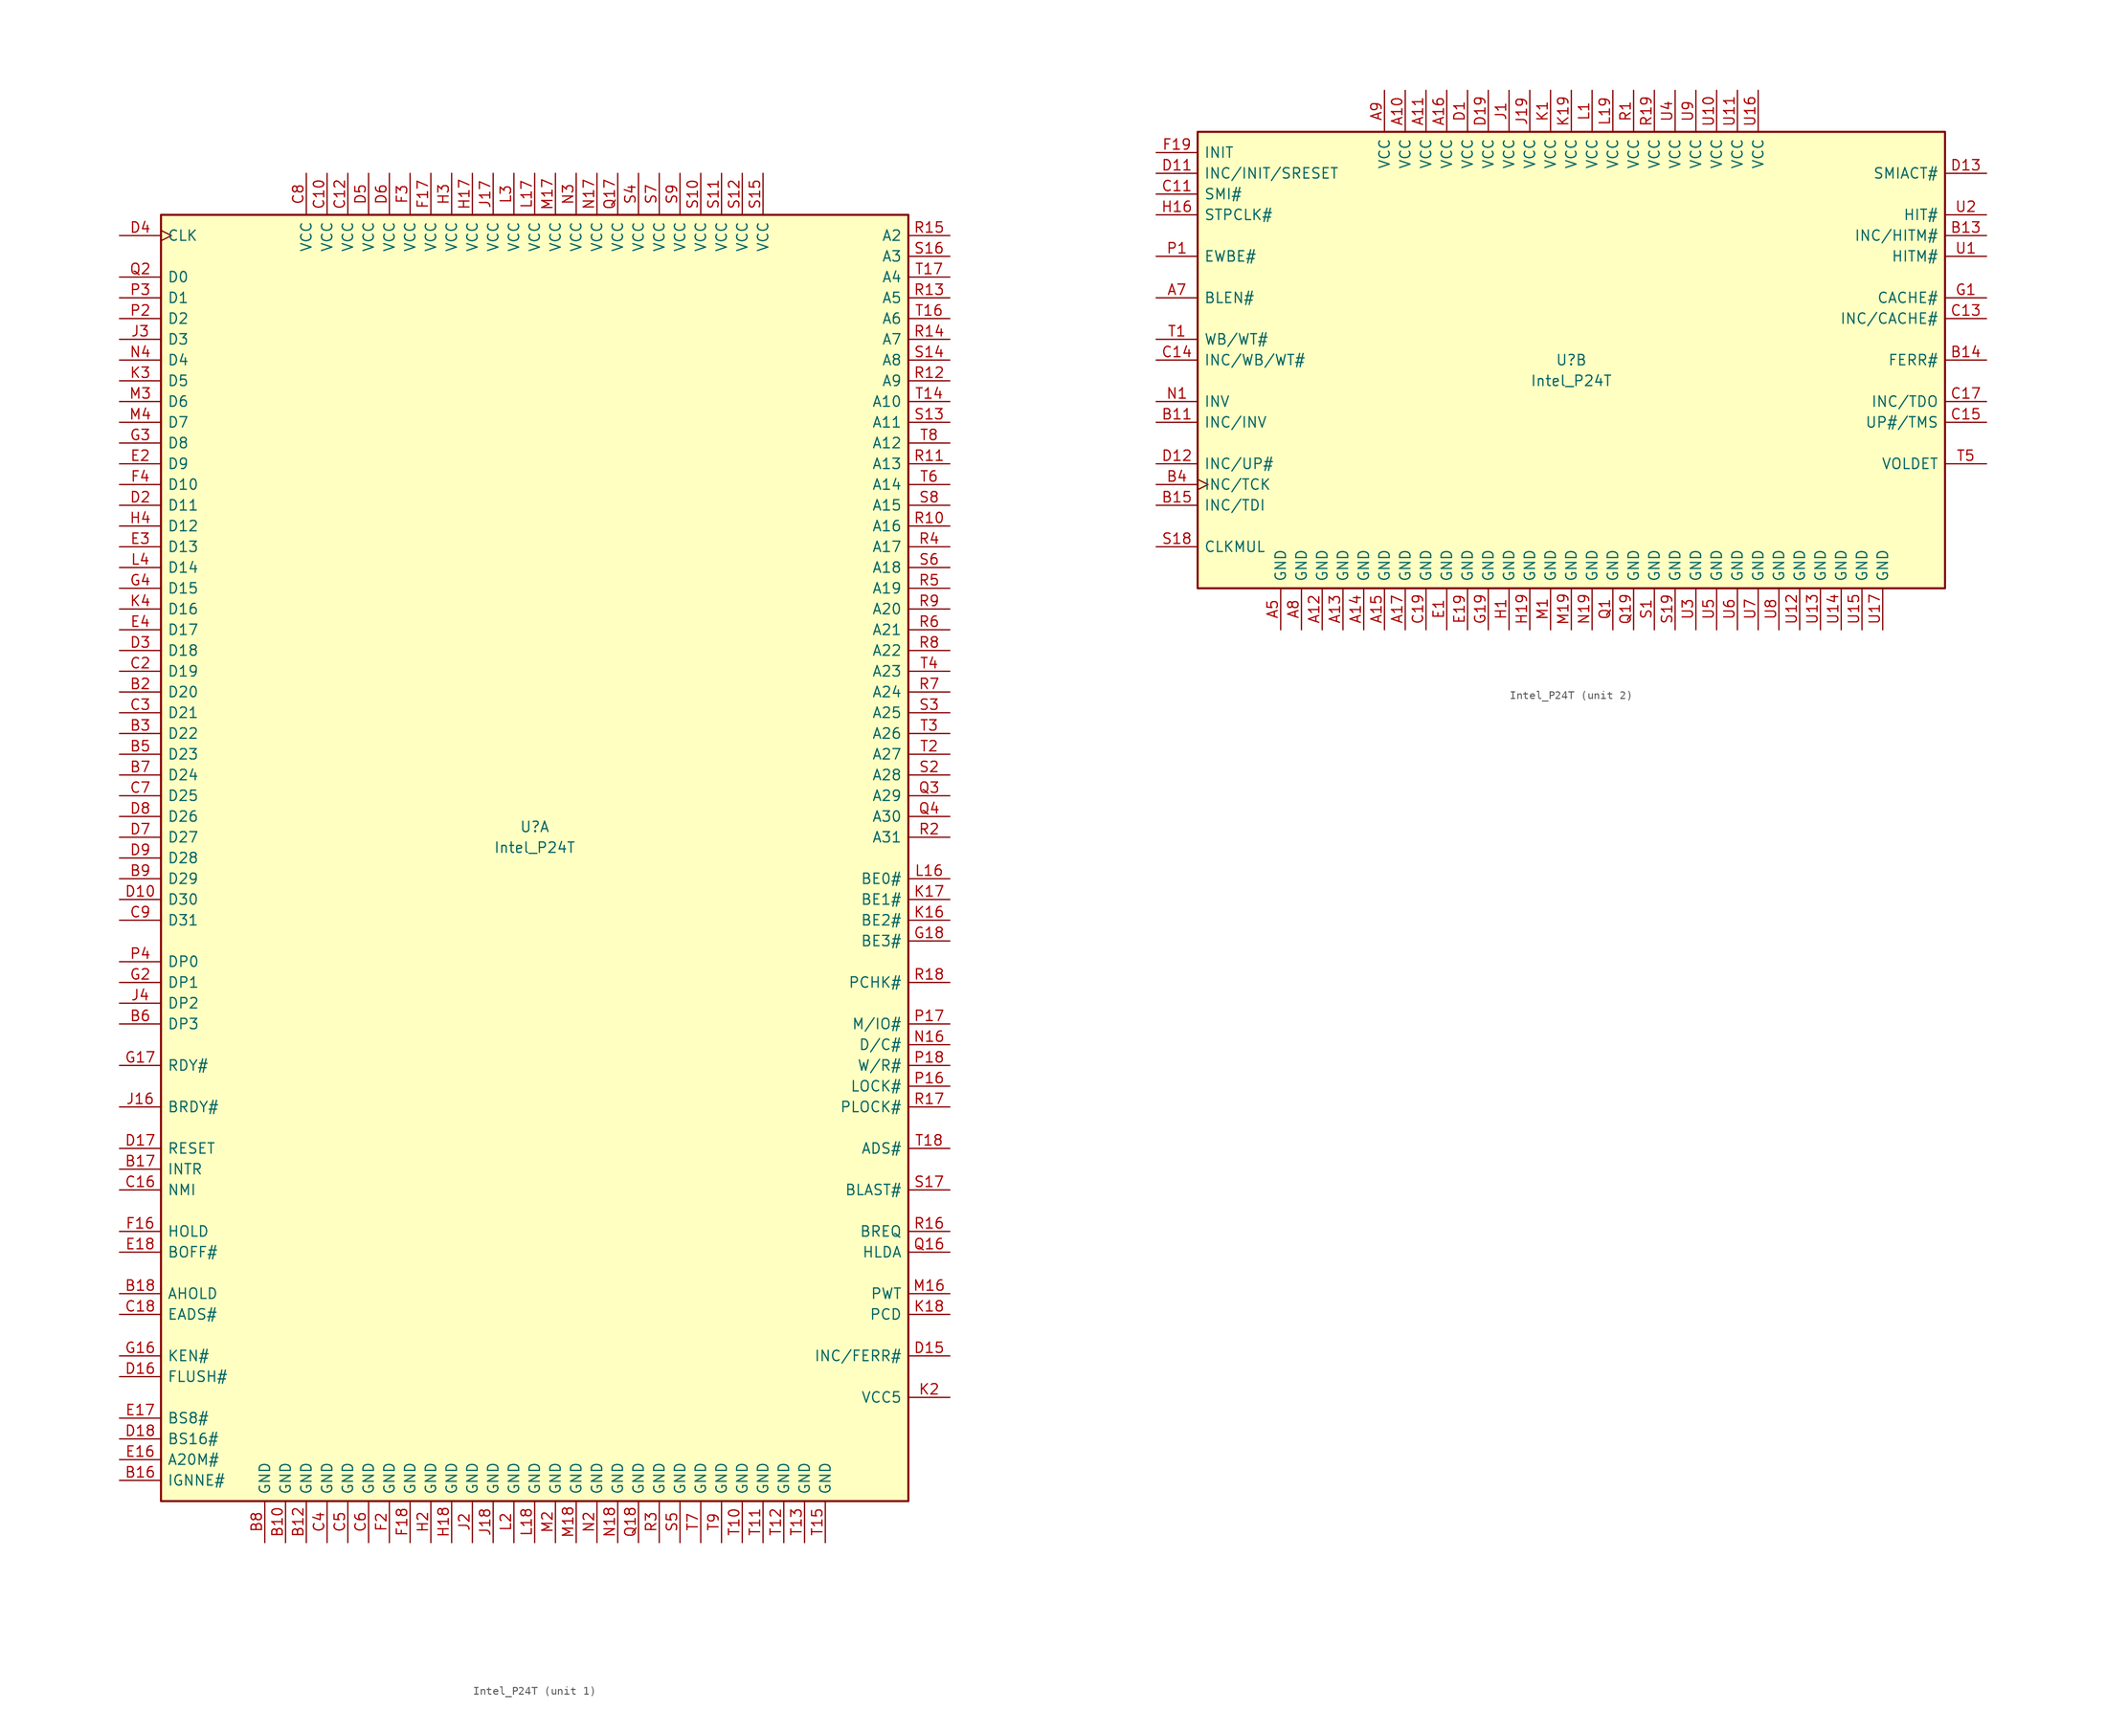
<source format=kicad_sym>
(kicad_symbol_lib
  (version 20211014)
  (generator kicad_symbol_editor)
  (symbol "Intel_P24T"
    (pin_names
      (offset 0.762))
    (property "Reference" "U"
      (at 0 0 0)
      (effects (font (size 1.27 1.27))))
    (property "Value" "Intel_P24T"
      (at 0 -2.54 0)
      (effects (font (size 1.27 1.27))))
    (property "ki_locked" ""
      (at 0 0 0)
      (effects (font (size 1.27 1.27))))
    (symbol "Intel_P24T_1_1"
      (rectangle (start -45.72 -82.55) (end 45.72 74.93) (stroke (width 0.254) (type default) (color 0 0 0 0)) (fill (type background)))
      (pin power_in line (at -30.48 -87.63 90) (length 5.08) (name "GND" (effects (font (size 1.27 1.27)))) (number "B10" (effects (font (size 1.27 1.27)))))
      (pin power_in line (at -27.94 -87.63 90) (length 5.08) (name "GND" (effects (font (size 1.27 1.27)))) (number "B12" (effects (font (size 1.27 1.27)))))
      (pin input line (at -50.8 -80.01 0) (length 5.08) (name "IGNNE#" (effects (font (size 1.27 1.27)))) (number "B16" (effects (font (size 1.27 1.27)))))
      (pin input line (at -50.8 -41.91 0) (length 5.08) (name "INTR" (effects (font (size 1.27 1.27)))) (number "B17" (effects (font (size 1.27 1.27)))))
      (pin input line (at -50.8 -57.15 0) (length 5.08) (name "AHOLD" (effects (font (size 1.27 1.27)))) (number "B18" (effects (font (size 1.27 1.27)))))
      (pin bidirectional line (at -50.8 16.51 0) (length 5.08) (name "D20" (effects (font (size 1.27 1.27)))) (number "B2" (effects (font (size 1.27 1.27)))))
      (pin bidirectional line (at -50.8 11.43 0) (length 5.08) (name "D22" (effects (font (size 1.27 1.27)))) (number "B3" (effects (font (size 1.27 1.27)))))
      (pin bidirectional line (at -50.8 8.89 0) (length 5.08) (name "D23" (effects (font (size 1.27 1.27)))) (number "B5" (effects (font (size 1.27 1.27)))))
      (pin bidirectional line (at -50.8 -24.13 0) (length 5.08) (name "DP3" (effects (font (size 1.27 1.27)))) (number "B6" (effects (font (size 1.27 1.27)))))
      (pin bidirectional line (at -50.8 6.35 0) (length 5.08) (name "D24" (effects (font (size 1.27 1.27)))) (number "B7" (effects (font (size 1.27 1.27)))))
      (pin power_in line (at -33.02 -87.63 90) (length 5.08) (name "GND" (effects (font (size 1.27 1.27)))) (number "B8" (effects (font (size 1.27 1.27)))))
      (pin bidirectional line (at -50.8 -6.35 0) (length 5.08) (name "D29" (effects (font (size 1.27 1.27)))) (number "B9" (effects (font (size 1.27 1.27)))))
      (pin power_in line (at -25.4 80.01 270) (length 5.08) (name "VCC" (effects (font (size 1.27 1.27)))) (number "C10" (effects (font (size 1.27 1.27)))))
      (pin power_in line (at -22.86 80.01 270) (length 5.08) (name "VCC" (effects (font (size 1.27 1.27)))) (number "C12" (effects (font (size 1.27 1.27)))))
      (pin input line (at -50.8 -44.45 0) (length 5.08) (name "NMI" (effects (font (size 1.27 1.27)))) (number "C16" (effects (font (size 1.27 1.27)))))
      (pin input line (at -50.8 -59.69 0) (length 5.08) (name "EADS#" (effects (font (size 1.27 1.27)))) (number "C18" (effects (font (size 1.27 1.27)))))
      (pin bidirectional line (at -50.8 19.05 0) (length 5.08) (name "D19" (effects (font (size 1.27 1.27)))) (number "C2" (effects (font (size 1.27 1.27)))))
      (pin bidirectional line (at -50.8 13.97 0) (length 5.08) (name "D21" (effects (font (size 1.27 1.27)))) (number "C3" (effects (font (size 1.27 1.27)))))
      (pin power_in line (at -25.4 -87.63 90) (length 5.08) (name "GND" (effects (font (size 1.27 1.27)))) (number "C4" (effects (font (size 1.27 1.27)))))
      (pin power_in line (at -22.86 -87.63 90) (length 5.08) (name "GND" (effects (font (size 1.27 1.27)))) (number "C5" (effects (font (size 1.27 1.27)))))
      (pin power_in line (at -20.32 -87.63 90) (length 5.08) (name "GND" (effects (font (size 1.27 1.27)))) (number "C6" (effects (font (size 1.27 1.27)))))
      (pin bidirectional line (at -50.8 3.81 0) (length 5.08) (name "D25" (effects (font (size 1.27 1.27)))) (number "C7" (effects (font (size 1.27 1.27)))))
      (pin power_in line (at -27.94 80.01 270) (length 5.08) (name "VCC" (effects (font (size 1.27 1.27)))) (number "C8" (effects (font (size 1.27 1.27)))))
      (pin bidirectional line (at -50.8 -11.43 0) (length 5.08) (name "D31" (effects (font (size 1.27 1.27)))) (number "C9" (effects (font (size 1.27 1.27)))))
      (pin bidirectional line (at -50.8 -8.89 0) (length 5.08) (name "D30" (effects (font (size 1.27 1.27)))) (number "D10" (effects (font (size 1.27 1.27)))))
      (pin passive line (at 50.8 -64.77 180) (length 5.08) (name "INC/FERR#" (effects (font (size 1.27 1.27)))) (number "D15" (effects (font (size 1.27 1.27)))))
      (pin input line (at -50.8 -67.31 0) (length 5.08) (name "FLUSH#" (effects (font (size 1.27 1.27)))) (number "D16" (effects (font (size 1.27 1.27)))))
      (pin input line (at -50.8 -39.37 0) (length 5.08) (name "RESET" (effects (font (size 1.27 1.27)))) (number "D17" (effects (font (size 1.27 1.27)))))
      (pin input line (at -50.8 -74.93 0) (length 5.08) (name "BS16#" (effects (font (size 1.27 1.27)))) (number "D18" (effects (font (size 1.27 1.27)))))
      (pin bidirectional line (at -50.8 39.37 0) (length 5.08) (name "D11" (effects (font (size 1.27 1.27)))) (number "D2" (effects (font (size 1.27 1.27)))))
      (pin bidirectional line (at -50.8 21.59 0) (length 5.08) (name "D18" (effects (font (size 1.27 1.27)))) (number "D3" (effects (font (size 1.27 1.27)))))
      (pin input clock (at -50.8 72.39 0) (length 5.08) (name "CLK" (effects (font (size 1.27 1.27)))) (number "D4" (effects (font (size 1.27 1.27)))))
      (pin power_in line (at -20.32 80.01 270) (length 5.08) (name "VCC" (effects (font (size 1.27 1.27)))) (number "D5" (effects (font (size 1.27 1.27)))))
      (pin power_in line (at -17.78 80.01 270) (length 5.08) (name "VCC" (effects (font (size 1.27 1.27)))) (number "D6" (effects (font (size 1.27 1.27)))))
      (pin bidirectional line (at -50.8 -1.27 0) (length 5.08) (name "D27" (effects (font (size 1.27 1.27)))) (number "D7" (effects (font (size 1.27 1.27)))))
      (pin bidirectional line (at -50.8 1.27 0) (length 5.08) (name "D26" (effects (font (size 1.27 1.27)))) (number "D8" (effects (font (size 1.27 1.27)))))
      (pin bidirectional line (at -50.8 -3.81 0) (length 5.08) (name "D28" (effects (font (size 1.27 1.27)))) (number "D9" (effects (font (size 1.27 1.27)))))
      (pin input line (at -50.8 -77.47 0) (length 5.08) (name "A20M#" (effects (font (size 1.27 1.27)))) (number "E16" (effects (font (size 1.27 1.27)))))
      (pin input line (at -50.8 -72.39 0) (length 5.08) (name "BS8#" (effects (font (size 1.27 1.27)))) (number "E17" (effects (font (size 1.27 1.27)))))
      (pin input line (at -50.8 -52.07 0) (length 5.08) (name "BOFF#" (effects (font (size 1.27 1.27)))) (number "E18" (effects (font (size 1.27 1.27)))))
      (pin bidirectional line (at -50.8 44.45 0) (length 5.08) (name "D9" (effects (font (size 1.27 1.27)))) (number "E2" (effects (font (size 1.27 1.27)))))
      (pin bidirectional line (at -50.8 34.29 0) (length 5.08) (name "D13" (effects (font (size 1.27 1.27)))) (number "E3" (effects (font (size 1.27 1.27)))))
      (pin bidirectional line (at -50.8 24.13 0) (length 5.08) (name "D17" (effects (font (size 1.27 1.27)))) (number "E4" (effects (font (size 1.27 1.27)))))
      (pin input line (at -50.8 -49.53 0) (length 5.08) (name "HOLD" (effects (font (size 1.27 1.27)))) (number "F16" (effects (font (size 1.27 1.27)))))
      (pin power_in line (at -12.7 80.01 270) (length 5.08) (name "VCC" (effects (font (size 1.27 1.27)))) (number "F17" (effects (font (size 1.27 1.27)))))
      (pin power_in line (at -15.24 -87.63 90) (length 5.08) (name "GND" (effects (font (size 1.27 1.27)))) (number "F18" (effects (font (size 1.27 1.27)))))
      (pin power_in line (at -17.78 -87.63 90) (length 5.08) (name "GND" (effects (font (size 1.27 1.27)))) (number "F2" (effects (font (size 1.27 1.27)))))
      (pin power_in line (at -15.24 80.01 270) (length 5.08) (name "VCC" (effects (font (size 1.27 1.27)))) (number "F3" (effects (font (size 1.27 1.27)))))
      (pin bidirectional line (at -50.8 41.91 0) (length 5.08) (name "D10" (effects (font (size 1.27 1.27)))) (number "F4" (effects (font (size 1.27 1.27)))))
      (pin input line (at -50.8 -64.77 0) (length 5.08) (name "KEN#" (effects (font (size 1.27 1.27)))) (number "G16" (effects (font (size 1.27 1.27)))))
      (pin input line (at -50.8 -29.21 0) (length 5.08) (name "RDY#" (effects (font (size 1.27 1.27)))) (number "G17" (effects (font (size 1.27 1.27)))))
      (pin output line (at 50.8 -13.97 180) (length 5.08) (name "BE3#" (effects (font (size 1.27 1.27)))) (number "G18" (effects (font (size 1.27 1.27)))))
      (pin bidirectional line (at -50.8 -19.05 0) (length 5.08) (name "DP1" (effects (font (size 1.27 1.27)))) (number "G2" (effects (font (size 1.27 1.27)))))
      (pin bidirectional line (at -50.8 46.99 0) (length 5.08) (name "D8" (effects (font (size 1.27 1.27)))) (number "G3" (effects (font (size 1.27 1.27)))))
      (pin bidirectional line (at -50.8 29.21 0) (length 5.08) (name "D15" (effects (font (size 1.27 1.27)))) (number "G4" (effects (font (size 1.27 1.27)))))
      (pin power_in line (at -7.62 80.01 270) (length 5.08) (name "VCC" (effects (font (size 1.27 1.27)))) (number "H17" (effects (font (size 1.27 1.27)))))
      (pin power_in line (at -10.16 -87.63 90) (length 5.08) (name "GND" (effects (font (size 1.27 1.27)))) (number "H18" (effects (font (size 1.27 1.27)))))
      (pin power_in line (at -12.7 -87.63 90) (length 5.08) (name "GND" (effects (font (size 1.27 1.27)))) (number "H2" (effects (font (size 1.27 1.27)))))
      (pin power_in line (at -10.16 80.01 270) (length 5.08) (name "VCC" (effects (font (size 1.27 1.27)))) (number "H3" (effects (font (size 1.27 1.27)))))
      (pin bidirectional line (at -50.8 36.83 0) (length 5.08) (name "D12" (effects (font (size 1.27 1.27)))) (number "H4" (effects (font (size 1.27 1.27)))))
      (pin input line (at -50.8 -34.29 0) (length 5.08) (name "BRDY#" (effects (font (size 1.27 1.27)))) (number "J16" (effects (font (size 1.27 1.27)))))
      (pin power_in line (at -5.08 80.01 270) (length 5.08) (name "VCC" (effects (font (size 1.27 1.27)))) (number "J17" (effects (font (size 1.27 1.27)))))
      (pin power_in line (at -5.08 -87.63 90) (length 5.08) (name "GND" (effects (font (size 1.27 1.27)))) (number "J18" (effects (font (size 1.27 1.27)))))
      (pin power_in line (at -7.62 -87.63 90) (length 5.08) (name "GND" (effects (font (size 1.27 1.27)))) (number "J2" (effects (font (size 1.27 1.27)))))
      (pin bidirectional line (at -50.8 59.69 0) (length 5.08) (name "D3" (effects (font (size 1.27 1.27)))) (number "J3" (effects (font (size 1.27 1.27)))))
      (pin bidirectional line (at -50.8 -21.59 0) (length 5.08) (name "DP2" (effects (font (size 1.27 1.27)))) (number "J4" (effects (font (size 1.27 1.27)))))
      (pin output line (at 50.8 -11.43 180) (length 5.08) (name "BE2#" (effects (font (size 1.27 1.27)))) (number "K16" (effects (font (size 1.27 1.27)))))
      (pin output line (at 50.8 -8.89 180) (length 5.08) (name "BE1#" (effects (font (size 1.27 1.27)))) (number "K17" (effects (font (size 1.27 1.27)))))
      (pin output line (at 50.8 -59.69 180) (length 5.08) (name "PCD" (effects (font (size 1.27 1.27)))) (number "K18" (effects (font (size 1.27 1.27)))))
      (pin passive line (at 50.8 -69.85 180) (length 5.08) (name "VCC5" (effects (font (size 1.27 1.27)))) (number "K2" (effects (font (size 1.27 1.27)))))
      (pin bidirectional line (at -50.8 54.61 0) (length 5.08) (name "D5" (effects (font (size 1.27 1.27)))) (number "K3" (effects (font (size 1.27 1.27)))))
      (pin bidirectional line (at -50.8 26.67 0) (length 5.08) (name "D16" (effects (font (size 1.27 1.27)))) (number "K4" (effects (font (size 1.27 1.27)))))
      (pin output line (at 50.8 -6.35 180) (length 5.08) (name "BE0#" (effects (font (size 1.27 1.27)))) (number "L16" (effects (font (size 1.27 1.27)))))
      (pin power_in line (at 0 80.01 270) (length 5.08) (name "VCC" (effects (font (size 1.27 1.27)))) (number "L17" (effects (font (size 1.27 1.27)))))
      (pin power_in line (at 0 -87.63 90) (length 5.08) (name "GND" (effects (font (size 1.27 1.27)))) (number "L18" (effects (font (size 1.27 1.27)))))
      (pin power_in line (at -2.54 -87.63 90) (length 5.08) (name "GND" (effects (font (size 1.27 1.27)))) (number "L2" (effects (font (size 1.27 1.27)))))
      (pin power_in line (at -2.54 80.01 270) (length 5.08) (name "VCC" (effects (font (size 1.27 1.27)))) (number "L3" (effects (font (size 1.27 1.27)))))
      (pin bidirectional line (at -50.8 31.75 0) (length 5.08) (name "D14" (effects (font (size 1.27 1.27)))) (number "L4" (effects (font (size 1.27 1.27)))))
      (pin output line (at 50.8 -57.15 180) (length 5.08) (name "PWT" (effects (font (size 1.27 1.27)))) (number "M16" (effects (font (size 1.27 1.27)))))
      (pin power_in line (at 2.54 80.01 270) (length 5.08) (name "VCC" (effects (font (size 1.27 1.27)))) (number "M17" (effects (font (size 1.27 1.27)))))
      (pin power_in line (at 5.08 -87.63 90) (length 5.08) (name "GND" (effects (font (size 1.27 1.27)))) (number "M18" (effects (font (size 1.27 1.27)))))
      (pin power_in line (at 2.54 -87.63 90) (length 5.08) (name "GND" (effects (font (size 1.27 1.27)))) (number "M2" (effects (font (size 1.27 1.27)))))
      (pin bidirectional line (at -50.8 52.07 0) (length 5.08) (name "D6" (effects (font (size 1.27 1.27)))) (number "M3" (effects (font (size 1.27 1.27)))))
      (pin bidirectional line (at -50.8 49.53 0) (length 5.08) (name "D7" (effects (font (size 1.27 1.27)))) (number "M4" (effects (font (size 1.27 1.27)))))
      (pin output line (at 50.8 -26.67 180) (length 5.08) (name "D/C#" (effects (font (size 1.27 1.27)))) (number "N16" (effects (font (size 1.27 1.27)))))
      (pin power_in line (at 7.62 80.01 270) (length 5.08) (name "VCC" (effects (font (size 1.27 1.27)))) (number "N17" (effects (font (size 1.27 1.27)))))
      (pin power_in line (at 10.16 -87.63 90) (length 5.08) (name "GND" (effects (font (size 1.27 1.27)))) (number "N18" (effects (font (size 1.27 1.27)))))
      (pin power_in line (at 7.62 -87.63 90) (length 5.08) (name "GND" (effects (font (size 1.27 1.27)))) (number "N2" (effects (font (size 1.27 1.27)))))
      (pin power_in line (at 5.08 80.01 270) (length 5.08) (name "VCC" (effects (font (size 1.27 1.27)))) (number "N3" (effects (font (size 1.27 1.27)))))
      (pin bidirectional line (at -50.8 57.15 0) (length 5.08) (name "D4" (effects (font (size 1.27 1.27)))) (number "N4" (effects (font (size 1.27 1.27)))))
      (pin output line (at 50.8 -31.75 180) (length 5.08) (name "LOCK#" (effects (font (size 1.27 1.27)))) (number "P16" (effects (font (size 1.27 1.27)))))
      (pin output line (at 50.8 -24.13 180) (length 5.08) (name "M/IO#" (effects (font (size 1.27 1.27)))) (number "P17" (effects (font (size 1.27 1.27)))))
      (pin output line (at 50.8 -29.21 180) (length 5.08) (name "W/R#" (effects (font (size 1.27 1.27)))) (number "P18" (effects (font (size 1.27 1.27)))))
      (pin bidirectional line (at -50.8 62.23 0) (length 5.08) (name "D2" (effects (font (size 1.27 1.27)))) (number "P2" (effects (font (size 1.27 1.27)))))
      (pin bidirectional line (at -50.8 64.77 0) (length 5.08) (name "D1" (effects (font (size 1.27 1.27)))) (number "P3" (effects (font (size 1.27 1.27)))))
      (pin bidirectional line (at -50.8 -16.51 0) (length 5.08) (name "DP0" (effects (font (size 1.27 1.27)))) (number "P4" (effects (font (size 1.27 1.27)))))
      (pin output line (at 50.8 -52.07 180) (length 5.08) (name "HLDA" (effects (font (size 1.27 1.27)))) (number "Q16" (effects (font (size 1.27 1.27)))))
      (pin power_in line (at 10.16 80.01 270) (length 5.08) (name "VCC" (effects (font (size 1.27 1.27)))) (number "Q17" (effects (font (size 1.27 1.27)))))
      (pin power_in line (at 12.7 -87.63 90) (length 5.08) (name "GND" (effects (font (size 1.27 1.27)))) (number "Q18" (effects (font (size 1.27 1.27)))))
      (pin bidirectional line (at -50.8 67.31 0) (length 5.08) (name "D0" (effects (font (size 1.27 1.27)))) (number "Q2" (effects (font (size 1.27 1.27)))))
      (pin bidirectional line (at 50.8 3.81 180) (length 5.08) (name "A29" (effects (font (size 1.27 1.27)))) (number "Q3" (effects (font (size 1.27 1.27)))))
      (pin bidirectional line (at 50.8 1.27 180) (length 5.08) (name "A30" (effects (font (size 1.27 1.27)))) (number "Q4" (effects (font (size 1.27 1.27)))))
      (pin bidirectional line (at 50.8 36.83 180) (length 5.08) (name "A16" (effects (font (size 1.27 1.27)))) (number "R10" (effects (font (size 1.27 1.27)))))
      (pin bidirectional line (at 50.8 44.45 180) (length 5.08) (name "A13" (effects (font (size 1.27 1.27)))) (number "R11" (effects (font (size 1.27 1.27)))))
      (pin bidirectional line (at 50.8 54.61 180) (length 5.08) (name "A9" (effects (font (size 1.27 1.27)))) (number "R12" (effects (font (size 1.27 1.27)))))
      (pin bidirectional line (at 50.8 64.77 180) (length 5.08) (name "A5" (effects (font (size 1.27 1.27)))) (number "R13" (effects (font (size 1.27 1.27)))))
      (pin bidirectional line (at 50.8 59.69 180) (length 5.08) (name "A7" (effects (font (size 1.27 1.27)))) (number "R14" (effects (font (size 1.27 1.27)))))
      (pin output line (at 50.8 72.39 180) (length 5.08) (name "A2" (effects (font (size 1.27 1.27)))) (number "R15" (effects (font (size 1.27 1.27)))))
      (pin output line (at 50.8 -49.53 180) (length 5.08) (name "BREQ" (effects (font (size 1.27 1.27)))) (number "R16" (effects (font (size 1.27 1.27)))))
      (pin output line (at 50.8 -34.29 180) (length 5.08) (name "PLOCK#" (effects (font (size 1.27 1.27)))) (number "R17" (effects (font (size 1.27 1.27)))))
      (pin output line (at 50.8 -19.05 180) (length 5.08) (name "PCHK#" (effects (font (size 1.27 1.27)))) (number "R18" (effects (font (size 1.27 1.27)))))
      (pin bidirectional line (at 50.8 -1.27 180) (length 5.08) (name "A31" (effects (font (size 1.27 1.27)))) (number "R2" (effects (font (size 1.27 1.27)))))
      (pin power_in line (at 15.24 -87.63 90) (length 5.08) (name "GND" (effects (font (size 1.27 1.27)))) (number "R3" (effects (font (size 1.27 1.27)))))
      (pin bidirectional line (at 50.8 34.29 180) (length 5.08) (name "A17" (effects (font (size 1.27 1.27)))) (number "R4" (effects (font (size 1.27 1.27)))))
      (pin bidirectional line (at 50.8 29.21 180) (length 5.08) (name "A19" (effects (font (size 1.27 1.27)))) (number "R5" (effects (font (size 1.27 1.27)))))
      (pin bidirectional line (at 50.8 24.13 180) (length 5.08) (name "A21" (effects (font (size 1.27 1.27)))) (number "R6" (effects (font (size 1.27 1.27)))))
      (pin bidirectional line (at 50.8 16.51 180) (length 5.08) (name "A24" (effects (font (size 1.27 1.27)))) (number "R7" (effects (font (size 1.27 1.27)))))
      (pin bidirectional line (at 50.8 21.59 180) (length 5.08) (name "A22" (effects (font (size 1.27 1.27)))) (number "R8" (effects (font (size 1.27 1.27)))))
      (pin bidirectional line (at 50.8 26.67 180) (length 5.08) (name "A20" (effects (font (size 1.27 1.27)))) (number "R9" (effects (font (size 1.27 1.27)))))
      (pin power_in line (at 20.32 80.01 270) (length 5.08) (name "VCC" (effects (font (size 1.27 1.27)))) (number "S10" (effects (font (size 1.27 1.27)))))
      (pin power_in line (at 22.86 80.01 270) (length 5.08) (name "VCC" (effects (font (size 1.27 1.27)))) (number "S11" (effects (font (size 1.27 1.27)))))
      (pin power_in line (at 25.4 80.01 270) (length 5.08) (name "VCC" (effects (font (size 1.27 1.27)))) (number "S12" (effects (font (size 1.27 1.27)))))
      (pin bidirectional line (at 50.8 49.53 180) (length 5.08) (name "A11" (effects (font (size 1.27 1.27)))) (number "S13" (effects (font (size 1.27 1.27)))))
      (pin bidirectional line (at 50.8 57.15 180) (length 5.08) (name "A8" (effects (font (size 1.27 1.27)))) (number "S14" (effects (font (size 1.27 1.27)))))
      (pin power_in line (at 27.94 80.01 270) (length 5.08) (name "VCC" (effects (font (size 1.27 1.27)))) (number "S15" (effects (font (size 1.27 1.27)))))
      (pin output line (at 50.8 69.85 180) (length 5.08) (name "A3" (effects (font (size 1.27 1.27)))) (number "S16" (effects (font (size 1.27 1.27)))))
      (pin output line (at 50.8 -44.45 180) (length 5.08) (name "BLAST#" (effects (font (size 1.27 1.27)))) (number "S17" (effects (font (size 1.27 1.27)))))
      (pin bidirectional line (at 50.8 6.35 180) (length 5.08) (name "A28" (effects (font (size 1.27 1.27)))) (number "S2" (effects (font (size 1.27 1.27)))))
      (pin bidirectional line (at 50.8 13.97 180) (length 5.08) (name "A25" (effects (font (size 1.27 1.27)))) (number "S3" (effects (font (size 1.27 1.27)))))
      (pin power_in line (at 12.7 80.01 270) (length 5.08) (name "VCC" (effects (font (size 1.27 1.27)))) (number "S4" (effects (font (size 1.27 1.27)))))
      (pin power_in line (at 17.78 -87.63 90) (length 5.08) (name "GND" (effects (font (size 1.27 1.27)))) (number "S5" (effects (font (size 1.27 1.27)))))
      (pin bidirectional line (at 50.8 31.75 180) (length 5.08) (name "A18" (effects (font (size 1.27 1.27)))) (number "S6" (effects (font (size 1.27 1.27)))))
      (pin power_in line (at 15.24 80.01 270) (length 5.08) (name "VCC" (effects (font (size 1.27 1.27)))) (number "S7" (effects (font (size 1.27 1.27)))))
      (pin bidirectional line (at 50.8 39.37 180) (length 5.08) (name "A15" (effects (font (size 1.27 1.27)))) (number "S8" (effects (font (size 1.27 1.27)))))
      (pin power_in line (at 17.78 80.01 270) (length 5.08) (name "VCC" (effects (font (size 1.27 1.27)))) (number "S9" (effects (font (size 1.27 1.27)))))
      (pin power_in line (at 25.4 -87.63 90) (length 5.08) (name "GND" (effects (font (size 1.27 1.27)))) (number "T10" (effects (font (size 1.27 1.27)))))
      (pin power_in line (at 27.94 -87.63 90) (length 5.08) (name "GND" (effects (font (size 1.27 1.27)))) (number "T11" (effects (font (size 1.27 1.27)))))
      (pin power_in line (at 30.48 -87.63 90) (length 5.08) (name "GND" (effects (font (size 1.27 1.27)))) (number "T12" (effects (font (size 1.27 1.27)))))
      (pin power_in line (at 33.02 -87.63 90) (length 5.08) (name "GND" (effects (font (size 1.27 1.27)))) (number "T13" (effects (font (size 1.27 1.27)))))
      (pin bidirectional line (at 50.8 52.07 180) (length 5.08) (name "A10" (effects (font (size 1.27 1.27)))) (number "T14" (effects (font (size 1.27 1.27)))))
      (pin power_in line (at 35.56 -87.63 90) (length 5.08) (name "GND" (effects (font (size 1.27 1.27)))) (number "T15" (effects (font (size 1.27 1.27)))))
      (pin bidirectional line (at 50.8 62.23 180) (length 5.08) (name "A6" (effects (font (size 1.27 1.27)))) (number "T16" (effects (font (size 1.27 1.27)))))
      (pin bidirectional line (at 50.8 67.31 180) (length 5.08) (name "A4" (effects (font (size 1.27 1.27)))) (number "T17" (effects (font (size 1.27 1.27)))))
      (pin output line (at 50.8 -39.37 180) (length 5.08) (name "ADS#" (effects (font (size 1.27 1.27)))) (number "T18" (effects (font (size 1.27 1.27)))))
      (pin bidirectional line (at 50.8 8.89 180) (length 5.08) (name "A27" (effects (font (size 1.27 1.27)))) (number "T2" (effects (font (size 1.27 1.27)))))
      (pin bidirectional line (at 50.8 11.43 180) (length 5.08) (name "A26" (effects (font (size 1.27 1.27)))) (number "T3" (effects (font (size 1.27 1.27)))))
      (pin bidirectional line (at 50.8 19.05 180) (length 5.08) (name "A23" (effects (font (size 1.27 1.27)))) (number "T4" (effects (font (size 1.27 1.27)))))
      (pin bidirectional line (at 50.8 41.91 180) (length 5.08) (name "A14" (effects (font (size 1.27 1.27)))) (number "T6" (effects (font (size 1.27 1.27)))))
      (pin power_in line (at 20.32 -87.63 90) (length 5.08) (name "GND" (effects (font (size 1.27 1.27)))) (number "T7" (effects (font (size 1.27 1.27)))))
      (pin bidirectional line (at 50.8 46.99 180) (length 5.08) (name "A12" (effects (font (size 1.27 1.27)))) (number "T8" (effects (font (size 1.27 1.27)))))
      (pin power_in line (at 22.86 -87.63 90) (length 5.08) (name "GND" (effects (font (size 1.27 1.27)))) (number "T9" (effects (font (size 1.27 1.27))))))
    (symbol "Intel_P24T_2_1"
      (rectangle (start -45.72 -27.94) (end 45.72 27.94) (stroke (width 0.254) (type default) (color 0 0 0 0)) (fill (type background)))
      (pin power_in line (at -20.32 33.02 270) (length 5.08) (name "VCC" (effects (font (size 1.27 1.27)))) (number "A10" (effects (font (size 1.27 1.27)))))
      (pin power_in line (at -17.78 33.02 270) (length 5.08) (name "VCC" (effects (font (size 1.27 1.27)))) (number "A11" (effects (font (size 1.27 1.27)))))
      (pin power_in line (at -30.48 -33.02 90) (length 5.08) (name "GND" (effects (font (size 1.27 1.27)))) (number "A12" (effects (font (size 1.27 1.27)))))
      (pin power_in line (at -27.94 -33.02 90) (length 5.08) (name "GND" (effects (font (size 1.27 1.27)))) (number "A13" (effects (font (size 1.27 1.27)))))
      (pin power_in line (at -25.4 -33.02 90) (length 5.08) (name "GND" (effects (font (size 1.27 1.27)))) (number "A14" (effects (font (size 1.27 1.27)))))
      (pin power_in line (at -22.86 -33.02 90) (length 5.08) (name "GND" (effects (font (size 1.27 1.27)))) (number "A15" (effects (font (size 1.27 1.27)))))
      (pin power_in line (at -15.24 33.02 270) (length 5.08) (name "VCC" (effects (font (size 1.27 1.27)))) (number "A16" (effects (font (size 1.27 1.27)))))
      (pin power_in line (at -20.32 -33.02 90) (length 5.08) (name "GND" (effects (font (size 1.27 1.27)))) (number "A17" (effects (font (size 1.27 1.27)))))
      (pin power_in line (at -35.56 -33.02 90) (length 5.08) (name "GND" (effects (font (size 1.27 1.27)))) (number "A5" (effects (font (size 1.27 1.27)))))
      (pin input line (at -50.8 7.62 0) (length 5.08) (name "BLEN#" (effects (font (size 1.27 1.27)))) (number "A7" (effects (font (size 1.27 1.27)))))
      (pin power_in line (at -33.02 -33.02 90) (length 5.08) (name "GND" (effects (font (size 1.27 1.27)))) (number "A8" (effects (font (size 1.27 1.27)))))
      (pin power_in line (at -22.86 33.02 270) (length 5.08) (name "VCC" (effects (font (size 1.27 1.27)))) (number "A9" (effects (font (size 1.27 1.27)))))
      (pin input line (at -50.8 -7.62 0) (length 5.08) (name "INC/INV" (effects (font (size 1.27 1.27)))) (number "B11" (effects (font (size 1.27 1.27)))))
      (pin passive line (at 50.8 15.24 180) (length 5.08) (name "INC/HITM#" (effects (font (size 1.27 1.27)))) (number "B13" (effects (font (size 1.27 1.27)))))
      (pin output line (at 50.8 0 180) (length 5.08) (name "FERR#" (effects (font (size 1.27 1.27)))) (number "B14" (effects (font (size 1.27 1.27)))))
      (pin input line (at -50.8 -17.78 0) (length 5.08) (name "INC/TDI" (effects (font (size 1.27 1.27)))) (number "B15" (effects (font (size 1.27 1.27)))))
      (pin input clock (at -50.8 -15.24 0) (length 5.08) (name "INC/TCK" (effects (font (size 1.27 1.27)))) (number "B4" (effects (font (size 1.27 1.27)))))
      (pin input line (at -50.8 20.32 0) (length 5.08) (name "SMI#" (effects (font (size 1.27 1.27)))) (number "C11" (effects (font (size 1.27 1.27)))))
      (pin passive line (at 50.8 5.08 180) (length 5.08) (name "INC/CACHE#" (effects (font (size 1.27 1.27)))) (number "C13" (effects (font (size 1.27 1.27)))))
      (pin input line (at -50.8 0 0) (length 5.08) (name "INC/WB/WT#" (effects (font (size 1.27 1.27)))) (number "C14" (effects (font (size 1.27 1.27)))))
      (pin output line (at 50.8 -7.62 180) (length 5.08) (name "UP#/TMS" (effects (font (size 1.27 1.27)))) (number "C15" (effects (font (size 1.27 1.27)))))
      (pin output line (at 50.8 -5.08 180) (length 5.08) (name "INC/TDO" (effects (font (size 1.27 1.27)))) (number "C17" (effects (font (size 1.27 1.27)))))
      (pin power_in line (at -17.78 -33.02 90) (length 5.08) (name "GND" (effects (font (size 1.27 1.27)))) (number "C19" (effects (font (size 1.27 1.27)))))
      (pin power_in line (at -12.7 33.02 270) (length 5.08) (name "VCC" (effects (font (size 1.27 1.27)))) (number "D1" (effects (font (size 1.27 1.27)))))
      (pin input line (at -50.8 22.86 0) (length 5.08) (name "INC/INIT/SRESET" (effects (font (size 1.27 1.27)))) (number "D11" (effects (font (size 1.27 1.27)))))
      (pin input line (at -50.8 -12.7 0) (length 5.08) (name "INC/UP#" (effects (font (size 1.27 1.27)))) (number "D12" (effects (font (size 1.27 1.27)))))
      (pin output line (at 50.8 22.86 180) (length 5.08) (name "SMIACT#" (effects (font (size 1.27 1.27)))) (number "D13" (effects (font (size 1.27 1.27)))))
      (pin power_in line (at -10.16 33.02 270) (length 5.08) (name "VCC" (effects (font (size 1.27 1.27)))) (number "D19" (effects (font (size 1.27 1.27)))))
      (pin power_in line (at -15.24 -33.02 90) (length 5.08) (name "GND" (effects (font (size 1.27 1.27)))) (number "E1" (effects (font (size 1.27 1.27)))))
      (pin power_in line (at -12.7 -33.02 90) (length 5.08) (name "GND" (effects (font (size 1.27 1.27)))) (number "E19" (effects (font (size 1.27 1.27)))))
      (pin input line (at -50.8 25.4 0) (length 5.08) (name "INIT" (effects (font (size 1.27 1.27)))) (number "F19" (effects (font (size 1.27 1.27)))))
      (pin output line (at 50.8 7.62 180) (length 5.08) (name "CACHE#" (effects (font (size 1.27 1.27)))) (number "G1" (effects (font (size 1.27 1.27)))))
      (pin power_in line (at -10.16 -33.02 90) (length 5.08) (name "GND" (effects (font (size 1.27 1.27)))) (number "G19" (effects (font (size 1.27 1.27)))))
      (pin power_in line (at -7.62 -33.02 90) (length 5.08) (name "GND" (effects (font (size 1.27 1.27)))) (number "H1" (effects (font (size 1.27 1.27)))))
      (pin input line (at -50.8 17.78 0) (length 5.08) (name "STPCLK#" (effects (font (size 1.27 1.27)))) (number "H16" (effects (font (size 1.27 1.27)))))
      (pin power_in line (at -5.08 -33.02 90) (length 5.08) (name "GND" (effects (font (size 1.27 1.27)))) (number "H19" (effects (font (size 1.27 1.27)))))
      (pin power_in line (at -7.62 33.02 270) (length 5.08) (name "VCC" (effects (font (size 1.27 1.27)))) (number "J1" (effects (font (size 1.27 1.27)))))
      (pin power_in line (at -5.08 33.02 270) (length 5.08) (name "VCC" (effects (font (size 1.27 1.27)))) (number "J19" (effects (font (size 1.27 1.27)))))
      (pin power_in line (at -2.54 33.02 270) (length 5.08) (name "VCC" (effects (font (size 1.27 1.27)))) (number "K1" (effects (font (size 1.27 1.27)))))
      (pin power_in line (at 0 33.02 270) (length 5.08) (name "VCC" (effects (font (size 1.27 1.27)))) (number "K19" (effects (font (size 1.27 1.27)))))
      (pin power_in line (at 2.54 33.02 270) (length 5.08) (name "VCC" (effects (font (size 1.27 1.27)))) (number "L1" (effects (font (size 1.27 1.27)))))
      (pin power_in line (at 5.08 33.02 270) (length 5.08) (name "VCC" (effects (font (size 1.27 1.27)))) (number "L19" (effects (font (size 1.27 1.27)))))
      (pin power_in line (at -2.54 -33.02 90) (length 5.08) (name "GND" (effects (font (size 1.27 1.27)))) (number "M1" (effects (font (size 1.27 1.27)))))
      (pin power_in line (at 0 -33.02 90) (length 5.08) (name "GND" (effects (font (size 1.27 1.27)))) (number "M19" (effects (font (size 1.27 1.27)))))
      (pin input line (at -50.8 -5.08 0) (length 5.08) (name "INV" (effects (font (size 1.27 1.27)))) (number "N1" (effects (font (size 1.27 1.27)))))
      (pin power_in line (at 2.54 -33.02 90) (length 5.08) (name "GND" (effects (font (size 1.27 1.27)))) (number "N19" (effects (font (size 1.27 1.27)))))
      (pin input line (at -50.8 12.7 0) (length 5.08) (name "EWBE#" (effects (font (size 1.27 1.27)))) (number "P1" (effects (font (size 1.27 1.27)))))
      (pin power_in line (at 5.08 -33.02 90) (length 5.08) (name "GND" (effects (font (size 1.27 1.27)))) (number "Q1" (effects (font (size 1.27 1.27)))))
      (pin power_in line (at 7.62 -33.02 90) (length 5.08) (name "GND" (effects (font (size 1.27 1.27)))) (number "Q19" (effects (font (size 1.27 1.27)))))
      (pin power_in line (at 7.62 33.02 270) (length 5.08) (name "VCC" (effects (font (size 1.27 1.27)))) (number "R1" (effects (font (size 1.27 1.27)))))
      (pin power_in line (at 10.16 33.02 270) (length 5.08) (name "VCC" (effects (font (size 1.27 1.27)))) (number "R19" (effects (font (size 1.27 1.27)))))
      (pin power_in line (at 10.16 -33.02 90) (length 5.08) (name "GND" (effects (font (size 1.27 1.27)))) (number "S1" (effects (font (size 1.27 1.27)))))
      (pin input line (at -50.8 -22.86 0) (length 5.08) (name "CLKMUL" (effects (font (size 1.27 1.27)))) (number "S18" (effects (font (size 1.27 1.27)))))
      (pin power_in line (at 12.7 -33.02 90) (length 5.08) (name "GND" (effects (font (size 1.27 1.27)))) (number "S19" (effects (font (size 1.27 1.27)))))
      (pin input line (at -50.8 2.54 0) (length 5.08) (name "WB/WT#" (effects (font (size 1.27 1.27)))) (number "T1" (effects (font (size 1.27 1.27)))))
      (pin output line (at 50.8 -12.7 180) (length 5.08) (name "VOLDET" (effects (font (size 1.27 1.27)))) (number "T5" (effects (font (size 1.27 1.27)))))
      (pin output line (at 50.8 12.7 180) (length 5.08) (name "HITM#" (effects (font (size 1.27 1.27)))) (number "U1" (effects (font (size 1.27 1.27)))))
      (pin power_in line (at 17.78 33.02 270) (length 5.08) (name "VCC" (effects (font (size 1.27 1.27)))) (number "U10" (effects (font (size 1.27 1.27)))))
      (pin power_in line (at 20.32 33.02 270) (length 5.08) (name "VCC" (effects (font (size 1.27 1.27)))) (number "U11" (effects (font (size 1.27 1.27)))))
      (pin power_in line (at 27.94 -33.02 90) (length 5.08) (name "GND" (effects (font (size 1.27 1.27)))) (number "U12" (effects (font (size 1.27 1.27)))))
      (pin power_in line (at 30.48 -33.02 90) (length 5.08) (name "GND" (effects (font (size 1.27 1.27)))) (number "U13" (effects (font (size 1.27 1.27)))))
      (pin power_in line (at 33.02 -33.02 90) (length 5.08) (name "GND" (effects (font (size 1.27 1.27)))) (number "U14" (effects (font (size 1.27 1.27)))))
      (pin power_in line (at 35.56 -33.02 90) (length 5.08) (name "GND" (effects (font (size 1.27 1.27)))) (number "U15" (effects (font (size 1.27 1.27)))))
      (pin power_in line (at 22.86 33.02 270) (length 5.08) (name "VCC" (effects (font (size 1.27 1.27)))) (number "U16" (effects (font (size 1.27 1.27)))))
      (pin power_in line (at 38.1 -33.02 90) (length 5.08) (name "GND" (effects (font (size 1.27 1.27)))) (number "U17" (effects (font (size 1.27 1.27)))))
      (pin output line (at 50.8 17.78 180) (length 5.08) (name "HIT#" (effects (font (size 1.27 1.27)))) (number "U2" (effects (font (size 1.27 1.27)))))
      (pin power_in line (at 15.24 -33.02 90) (length 5.08) (name "GND" (effects (font (size 1.27 1.27)))) (number "U3" (effects (font (size 1.27 1.27)))))
      (pin power_in line (at 12.7 33.02 270) (length 5.08) (name "VCC" (effects (font (size 1.27 1.27)))) (number "U4" (effects (font (size 1.27 1.27)))))
      (pin power_in line (at 17.78 -33.02 90) (length 5.08) (name "GND" (effects (font (size 1.27 1.27)))) (number "U5" (effects (font (size 1.27 1.27)))))
      (pin power_in line (at 20.32 -33.02 90) (length 5.08) (name "GND" (effects (font (size 1.27 1.27)))) (number "U6" (effects (font (size 1.27 1.27)))))
      (pin power_in line (at 22.86 -33.02 90) (length 5.08) (name "GND" (effects (font (size 1.27 1.27)))) (number "U7" (effects (font (size 1.27 1.27)))))
      (pin power_in line (at 25.4 -33.02 90) (length 5.08) (name "GND" (effects (font (size 1.27 1.27)))) (number "U8" (effects (font (size 1.27 1.27)))))
      (pin power_in line (at 15.24 33.02 270) (length 5.08) (name "VCC" (effects (font (size 1.27 1.27)))) (number "U9" (effects (font (size 1.27 1.27))))))))
</source>
